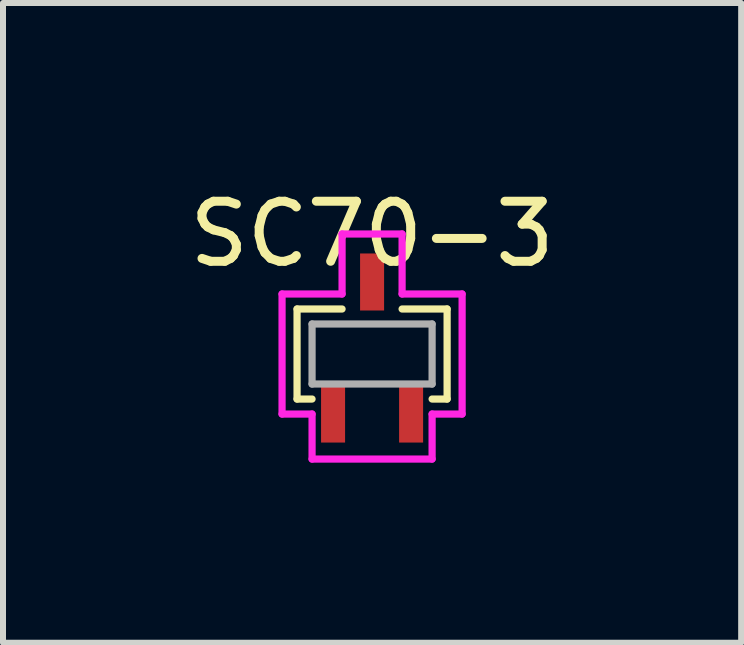
<source format=kicad_pcb>
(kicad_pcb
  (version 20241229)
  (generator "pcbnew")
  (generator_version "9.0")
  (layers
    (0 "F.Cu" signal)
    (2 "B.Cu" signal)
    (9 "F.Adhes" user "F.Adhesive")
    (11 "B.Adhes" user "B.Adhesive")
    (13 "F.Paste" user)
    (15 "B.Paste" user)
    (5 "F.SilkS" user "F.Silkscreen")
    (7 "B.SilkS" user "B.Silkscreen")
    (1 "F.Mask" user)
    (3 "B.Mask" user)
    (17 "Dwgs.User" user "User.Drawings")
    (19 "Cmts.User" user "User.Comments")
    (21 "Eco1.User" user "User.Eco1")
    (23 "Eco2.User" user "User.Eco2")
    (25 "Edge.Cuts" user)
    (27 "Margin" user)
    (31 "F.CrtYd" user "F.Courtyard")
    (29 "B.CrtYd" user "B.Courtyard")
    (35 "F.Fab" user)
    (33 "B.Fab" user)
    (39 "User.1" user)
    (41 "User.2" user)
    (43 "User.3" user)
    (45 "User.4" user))
  (footprint "SC70-3"
    (layer "F.Cu")
    (at 3.149 3.848)
    (property "Reference" "SC70-3" (at 0 -3 0) (layer "F.SilkS") (effects (font (size 1 1) (thickness 0.15))))
    (attr through_hole)
    (fp_line (start -1.25 -1.75) (end -1.25 -0.25) (stroke (width 0.12) (type solid)) (layer "F.SilkS"))
    (fp_line (start -1.25 -0.25) (end -1 -0.25) (stroke (width 0.12) (type solid)) (layer "F.SilkS"))
    (fp_line (start -0.5 -1.75) (end -1.25 -1.75) (stroke (width 0.12) (type solid)) (layer "F.SilkS"))
    (fp_line (start 0.5 -1.75) (end 1.25 -1.75) (stroke (width 0.12) (type solid)) (layer "F.SilkS"))
    (fp_line (start 1 -0.25) (end 1.25 -0.25) (stroke (width 0.12) (type solid)) (layer "F.SilkS"))
    (fp_line (start 1.25 -1.75) (end 1.25 -0.25) (stroke (width 0.12) (type solid)) (layer "F.SilkS"))
    (fp_line (start -1.5 -2) (end -0.5 -2) (stroke (width 0.12) (type solid)) (layer "F.CrtYd"))
    (fp_line (start -1.5 0) (end -1.5 -2) (stroke (width 0.12) (type solid)) (layer "F.CrtYd"))
    (fp_line (start -1 0) (end -1.5 0) (stroke (width 0.12) (type solid)) (layer "F.CrtYd"))
    (fp_line (start -1 0.75) (end -1 0) (stroke (width 0.12) (type solid)) (layer "F.CrtYd"))
    (fp_line (start -0.5 -3) (end 0.5 -3) (stroke (width 0.12) (type solid)) (layer "F.CrtYd"))
    (fp_line (start -0.5 -2) (end -0.5 -3) (stroke (width 0.12) (type solid)) (layer "F.CrtYd"))
    (fp_line (start 0.5 -3) (end 0.5 -2) (stroke (width 0.12) (type solid)) (layer "F.CrtYd"))
    (fp_line (start 0.5 -2) (end 1.5 -2) (stroke (width 0.12) (type solid)) (layer "F.CrtYd"))
    (fp_line (start 1 0) (end 1 0.75) (stroke (width 0.12) (type solid)) (layer "F.CrtYd"))
    (fp_line (start 1 0.75) (end -1 0.75) (stroke (width 0.12) (type solid)) (layer "F.CrtYd"))
    (fp_line (start 1.5 -2) (end 1.5 0) (stroke (width 0.12) (type solid)) (layer "F.CrtYd"))
    (fp_line (start 1.5 0) (end 1 0) (stroke (width 0.12) (type solid)) (layer "F.CrtYd"))
    (fp_line (start -1 -1.5) (end -1 -0.5) (stroke (width 0.12) (type solid)) (layer "F.Fab"))
    (fp_line (start -1 -0.5) (end 1 -0.5) (stroke (width 0.12) (type solid)) (layer "F.Fab"))
    (fp_line (start 1 -1.5) (end -1 -1.5) (stroke (width 0.12) (type solid)) (layer "F.Fab"))
    (fp_line (start 1 -0.5) (end 1 -1.5) (stroke (width 0.12) (type solid)) (layer "F.Fab"))
    (pad "1" smd rect (at -0.65 0) (size 0.4 0.95) (layers "F.Cu" "F.Mask" "F.Paste"))
    (pad "2" smd rect (at 0.65 0 180) (size 0.4 0.95) (layers "F.Cu" "F.Mask" "F.Paste"))
    (pad "3" smd rect (at 0 -2.2 180) (size 0.4 0.95) (layers "F.Cu" "F.Mask" "F.Paste")))
  (gr_rect
    (start -3 -3)
    (end 9.298 7.658)
    (stroke (width 0.1) (type default))
    (fill no)
    (layer "Edge.Cuts")))
</source>
